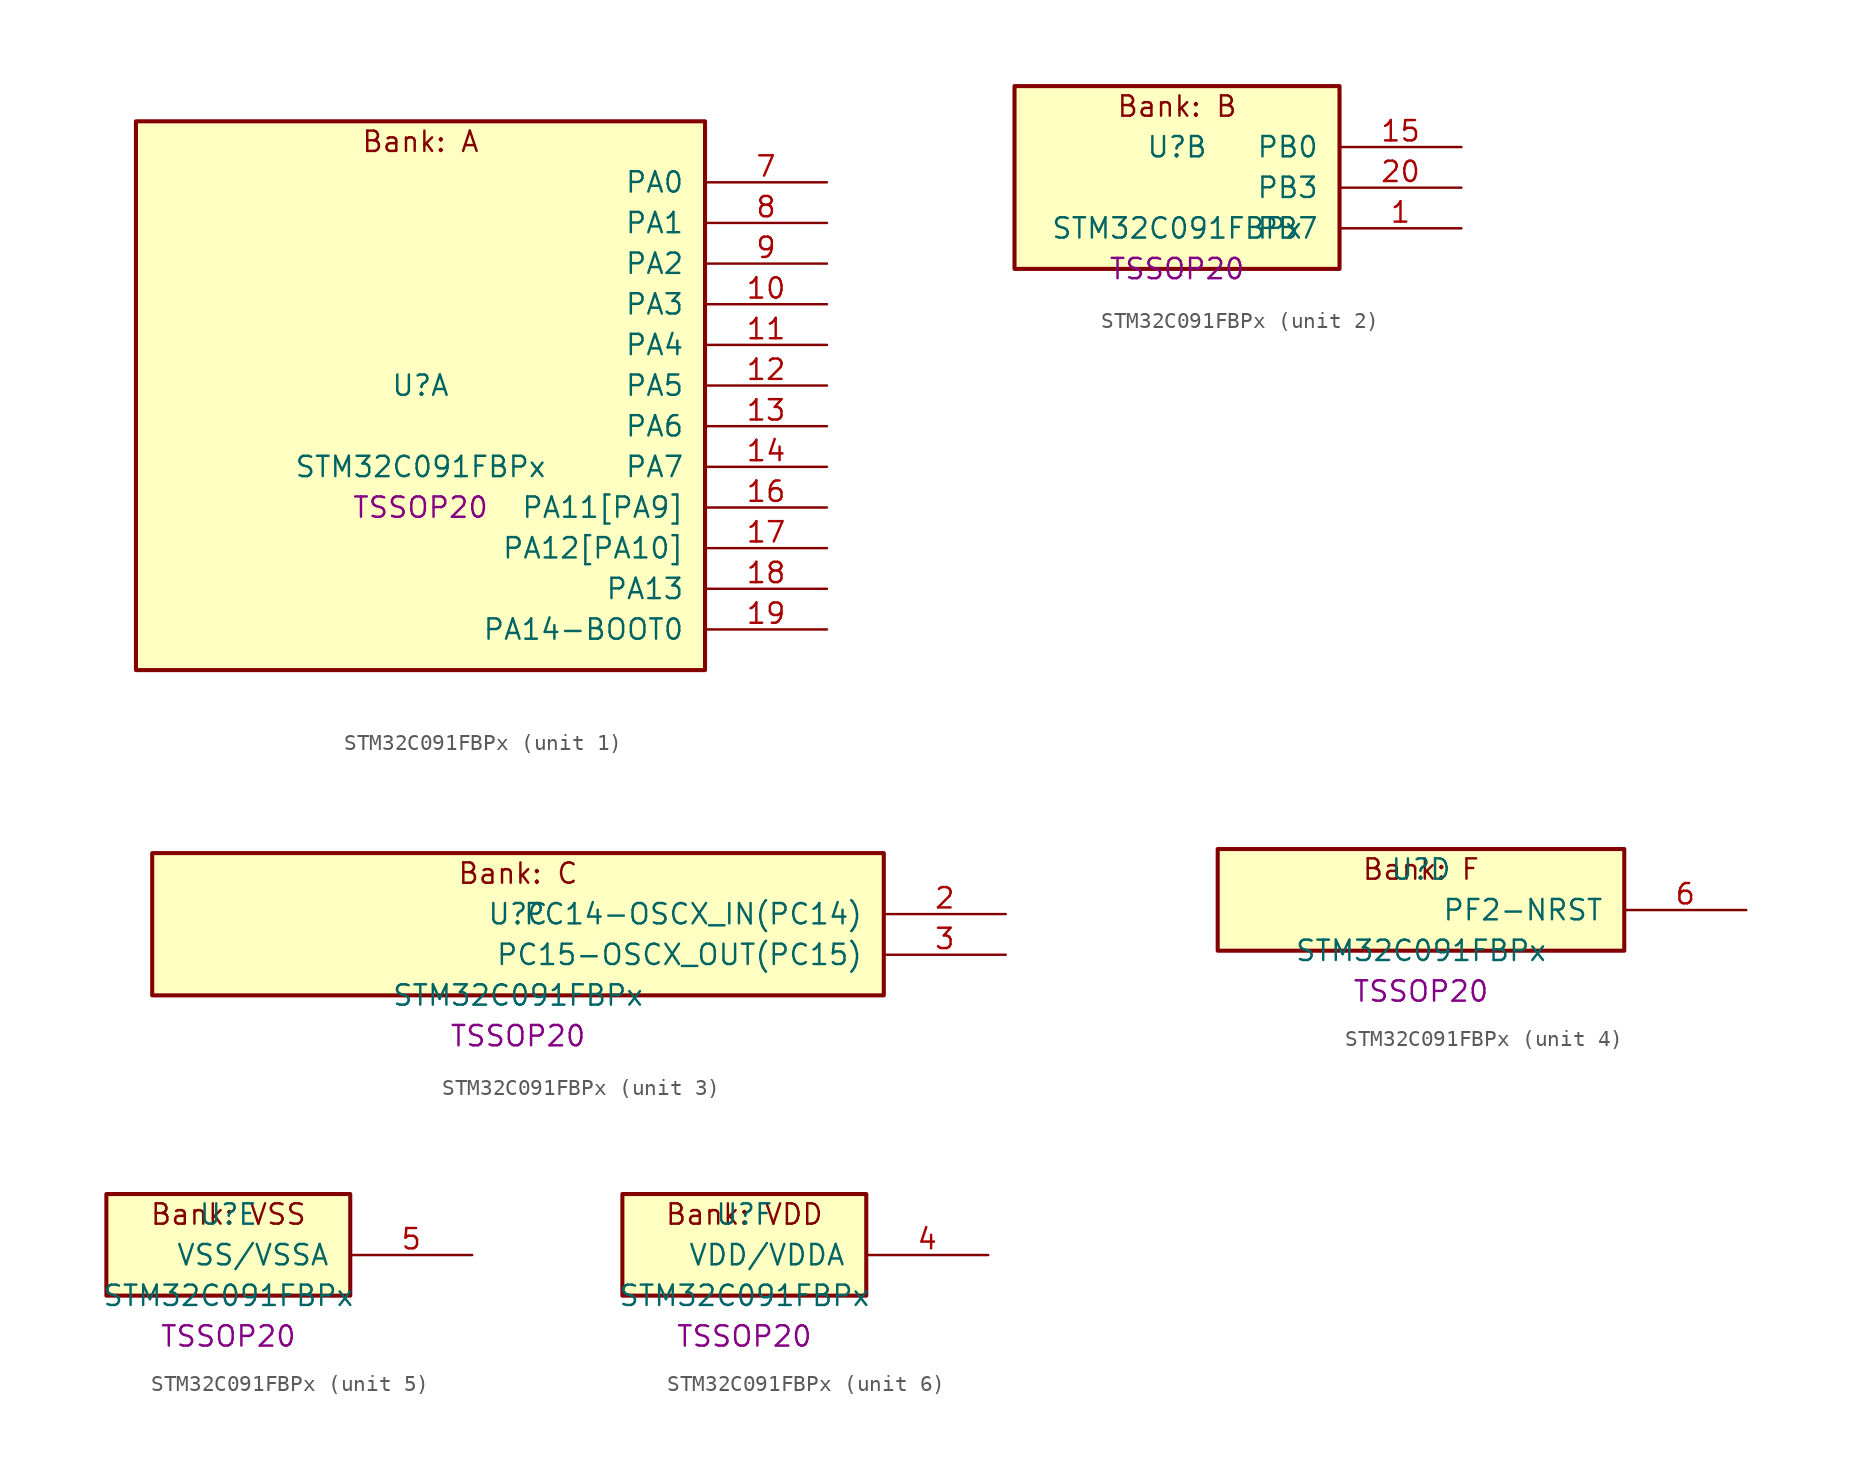
<source format=kicad_sym>
(kicad_symbol_lib
  (version 20241209)
  (generator "stm32_pkl_generator")
  (generator_version "1.0")
  (symbol "STM32C091FBPx"
    (pin_names
      (offset 1.27))
    (property "Reference" "U"
      (at 0 2.54 0))
    (property "Value" "STM32C091FBPx"
      (at 0 -2.54 0))
    (property "Footprint" "TSSOP20"
      (at 0 -5.08 0))
    (symbol "STM32C091FBPx_1_1"
      (rectangle (start -17.78 19.05) (end 17.78 -15.24) (stroke (width 0.254) (type solid)) (fill (type background)))
      (text "Bank: A" (at 0 17.78 0))
      (pin bidirectional line (at 25.4 15.24 180) (length 7.62) (name "PA0") (number "7") (alternate "PA0/ADC1_IN0" bidirectional line) (alternate "PA0/PWR_WKUP1" bidirectional line) (alternate "PA0/SPI2_SCK" bidirectional line) (alternate "PA0/TIM16_CH1" bidirectional line) (alternate "PA0/TIM1_CH1" bidirectional line) (alternate "PA0/TIM2_CH1" bidirectional line) (alternate "PA0/TIM2_ETR" bidirectional line) (alternate "PA0/USART1_TX" bidirectional line) (alternate "PA0/USART2_CTS" bidirectional line) (alternate "PA0/USART2_NSS" bidirectional line) (alternate "PA0/USART4_TX" bidirectional line))
      (pin bidirectional line (at 25.4 12.7 180) (length 7.62) (name "PA1") (number "8") (alternate "PA1/ADC1_IN1" bidirectional line) (alternate "PA1/I2C1_SMBA" bidirectional line) (alternate "PA1/I2S1_CK" bidirectional line) (alternate "PA1/SPI1_SCK" bidirectional line) (alternate "PA1/TIM15_CH1N" bidirectional line) (alternate "PA1/TIM17_CH1" bidirectional line) (alternate "PA1/TIM1_CH2" bidirectional line) (alternate "PA1/TIM2_CH2" bidirectional line) (alternate "PA1/USART1_RX" bidirectional line) (alternate "PA1/USART2_CK" bidirectional line) (alternate "PA1/USART2_DE" bidirectional line) (alternate "PA1/USART2_RTS" bidirectional line) (alternate "PA1/USART4_RX" bidirectional line))
      (pin bidirectional line (at 25.4 10.16 180) (length 7.62) (name "PA2") (number "9") (alternate "PA2/ADC1_IN2" bidirectional line) (alternate "PA2/I2S1_SD" bidirectional line) (alternate "PA2/PWR_WKUP4" bidirectional line) (alternate "PA2/RCC_LSCO" bidirectional line) (alternate "PA2/SPI1_MOSI" bidirectional line) (alternate "PA2/TIM15_CH1" bidirectional line) (alternate "PA2/TIM16_CH1N" bidirectional line) (alternate "PA2/TIM1_CH3" bidirectional line) (alternate "PA2/TIM2_CH3" bidirectional line) (alternate "PA2/TIM3_ETR" bidirectional line) (alternate "PA2/USART2_TX" bidirectional line))
      (pin bidirectional line (at 25.4 7.62 180) (length 7.62) (name "PA3") (number "10") (alternate "PA3/ADC1_IN3" bidirectional line) (alternate "PA3/SPI2_MISO" bidirectional line) (alternate "PA3/TIM15_CH2" bidirectional line) (alternate "PA3/TIM1_CH1N" bidirectional line) (alternate "PA3/TIM1_CH4" bidirectional line) (alternate "PA3/TIM2_CH4" bidirectional line) (alternate "PA3/USART2_RX" bidirectional line))
      (pin bidirectional line (at 25.4 5.08 180) (length 7.62) (name "PA4") (number "11") (alternate "PA4/ADC1_IN4" bidirectional line) (alternate "PA4/I2S1_WS" bidirectional line) (alternate "PA4/PWR_WKUP2" bidirectional line) (alternate "PA4/RTC_OUT1" bidirectional line) (alternate "PA4/RTC_TS" bidirectional line) (alternate "PA4/SPI1_NSS" bidirectional line) (alternate "PA4/SPI2_MOSI" bidirectional line) (alternate "PA4/TIM14_CH1" bidirectional line) (alternate "PA4/TIM17_CH1N" bidirectional line) (alternate "PA4/TIM1_CH2N" bidirectional line) (alternate "PA4/USART2_TX" bidirectional line))
      (pin bidirectional line (at 25.4 2.54 180) (length 7.62) (name "PA5") (number "12") (alternate "PA5/ADC1_IN5" bidirectional line) (alternate "PA5/I2S1_CK" bidirectional line) (alternate "PA5/SPI1_SCK" bidirectional line) (alternate "PA5/TIM1_CH1" bidirectional line) (alternate "PA5/TIM1_CH3N" bidirectional line) (alternate "PA5/TIM2_CH1" bidirectional line) (alternate "PA5/TIM2_ETR" bidirectional line) (alternate "PA5/USART2_RX" bidirectional line) (alternate "PA5/USART3_TX" bidirectional line))
      (pin bidirectional line (at 25.4 0 180) (length 7.62) (name "PA6") (number "13") (alternate "PA6/ADC1_IN6" bidirectional line) (alternate "PA6/I2C2_SDA" bidirectional line) (alternate "PA6/I2S1_MCK" bidirectional line) (alternate "PA6/SPI1_MISO" bidirectional line) (alternate "PA6/TIM16_CH1" bidirectional line) (alternate "PA6/TIM1_BKIN" bidirectional line) (alternate "PA6/TIM3_CH1" bidirectional line) (alternate "PA6/USART3_CTS" bidirectional line) (alternate "PA6/USART3_NSS" bidirectional line))
      (pin bidirectional line (at 25.4 -2.54 180) (length 7.62) (name "PA7") (number "14") (alternate "PA7/ADC1_IN7" bidirectional line) (alternate "PA7/I2C2_SCL" bidirectional line) (alternate "PA7/I2S1_SD" bidirectional line) (alternate "PA7/SPI1_MOSI" bidirectional line) (alternate "PA7/TIM14_CH1" bidirectional line) (alternate "PA7/TIM17_CH1" bidirectional line) (alternate "PA7/TIM1_CH1N" bidirectional line) (alternate "PA7/TIM3_CH2" bidirectional line))
      (pin bidirectional line (at 25.4 -5.08 180) (length 7.62) (name "PA11[PA9]") (number "16") (alternate "PA11[PA9]/ADC1_EXTI11" bidirectional line) (alternate "PA11[PA9]/I2C2_SCL" bidirectional line) (alternate "PA11[PA9]/I2S1_MCK" bidirectional line) (alternate "PA11[PA9]/SPI1_MISO" bidirectional line) (alternate "PA11[PA9]/TIM1_BKIN2" bidirectional line) (alternate "PA11[PA9]/TIM1_CH4" bidirectional line) (alternate "PA11[PA9]/USART1_CTS" bidirectional line) (alternate "PA11[PA9]/USART1_NSS" bidirectional line) (alternate "PA11[PA9]/PA9[PA11]" bidirectional line) (alternate "PA11[PA9]/I2C1_SCL" bidirectional line) (alternate "PA11[PA9]/RCC_MCO" bidirectional line) (alternate "PA11[PA9]/SPI2_MISO" bidirectional line) (alternate "PA11[PA9]/TIM15_BKIN" bidirectional line) (alternate "PA11[PA9]/TIM1_CH2" bidirectional line) (alternate "PA11[PA9]/TIM3_ETR" bidirectional line) (alternate "PA11[PA9]/USART1_TX" bidirectional line))
      (pin bidirectional line (at 25.4 -7.62 180) (length 7.62) (name "PA12[PA10]") (number "17") (alternate "PA12[PA10]/I2C2_SDA" bidirectional line) (alternate "PA12[PA10]/I2S1_SD" bidirectional line) (alternate "PA12[PA10]/I2S_CKIN" bidirectional line) (alternate "PA12[PA10]/SPI1_MOSI" bidirectional line) (alternate "PA12[PA10]/TIM1_ETR" bidirectional line) (alternate "PA12[PA10]/USART1_CK" bidirectional line) (alternate "PA12[PA10]/USART1_DE" bidirectional line) (alternate "PA12[PA10]/USART1_RTS" bidirectional line) (alternate "PA12[PA10]/PA10[PA12]" bidirectional line) (alternate "PA12[PA10]/I2C1_SDA" bidirectional line) (alternate "PA12[PA10]/RCC_MCO_2" bidirectional line) (alternate "PA12[PA10]/SPI2_MOSI" bidirectional line) (alternate "PA12[PA10]/TIM17_BKIN" bidirectional line) (alternate "PA12[PA10]/TIM1_CH3" bidirectional line) (alternate "PA12[PA10]/USART1_RX" bidirectional line))
      (pin bidirectional line (at 25.4 -10.16 180) (length 7.62) (name "PA13") (number "18") (alternate "PA13/ADC1_IN13" bidirectional line) (alternate "PA13/DEBUG_SWDIO" bidirectional line) (alternate "PA13/IR_OUT" bidirectional line) (alternate "PA13/TIM3_ETR" bidirectional line) (alternate "PA13/USART2_RX" bidirectional line))
      (pin bidirectional line (at 25.4 -12.7 180) (length 7.62) (name "PA14-BOOT0") (number "19") (alternate "PA14-BOOT0/ADC1_IN14" bidirectional line) (alternate "PA14-BOOT0/BOOT0" bidirectional line) (alternate "PA14-BOOT0/DEBUG_SWCLK" bidirectional line) (alternate "PA14-BOOT0/I2S1_WS" bidirectional line) (alternate "PA14-BOOT0/RCC_MCO_2" bidirectional line) (alternate "PA14-BOOT0/SPI1_NSS" bidirectional line) (alternate "PA14-BOOT0/TIM1_CH1" bidirectional line) (alternate "PA14-BOOT0/USART1_CK" bidirectional line) (alternate "PA14-BOOT0/USART1_DE" bidirectional line) (alternate "PA14-BOOT0/USART1_RTS" bidirectional line) (alternate "PA14-BOOT0/USART2_RX" bidirectional line) (alternate "PA14-BOOT0/USART2_TX" bidirectional line) (alternate "PA14-BOOT0/PA15" bidirectional line) (alternate "PA14-BOOT0/TIM2_CH1" bidirectional line) (alternate "PA14-BOOT0/TIM2_ETR" bidirectional line) (alternate "PA14-BOOT0/USART3_CK" bidirectional line) (alternate "PA14-BOOT0/USART3_DE" bidirectional line) (alternate "PA14-BOOT0/USART3_RTS" bidirectional line) (alternate "PA14-BOOT0/USART4_CK" bidirectional line) (alternate "PA14-BOOT0/USART4_DE" bidirectional line) (alternate "PA14-BOOT0/USART4_RTS" bidirectional line)))
    (symbol "STM32C091FBPx_2_1"
      (rectangle (start -10.16 6.35) (end 10.16 -5.08) (stroke (width 0.254) (type solid)) (fill (type background)))
      (text "Bank: B" (at 0 5.08 0))
      (pin bidirectional line (at 17.78 2.54 180) (length 7.62) (name "PB0") (number "15") (alternate "PB0/ADC1_IN17" bidirectional line) (alternate "PB0/I2S1_WS" bidirectional line) (alternate "PB0/SPI1_NSS" bidirectional line) (alternate "PB0/TIM1_CH2N" bidirectional line) (alternate "PB0/TIM3_CH3" bidirectional line) (alternate "PB0/USART3_RX" bidirectional line) (alternate "PB0/PB1" bidirectional line) (alternate "PB0/ADC1_IN18" bidirectional line) (alternate "PB0/TIM14_CH1" bidirectional line) (alternate "PB0/TIM1_CH3N" bidirectional line) (alternate "PB0/TIM3_CH4" bidirectional line) (alternate "PB0/USART3_CK" bidirectional line) (alternate "PB0/USART3_DE" bidirectional line) (alternate "PB0/USART3_RTS" bidirectional line) (alternate "PB0/PB2" bidirectional line) (alternate "PB0/ADC1_IN19" bidirectional line) (alternate "PB0/RCC_MCO_2" bidirectional line) (alternate "PB0/SPI2_MISO" bidirectional line) (alternate "PB0/USART1_RX" bidirectional line) (alternate "PB0/USART3_TX" bidirectional line) (alternate "PB0/PA8" bidirectional line) (alternate "PB0/ADC1_IN8" bidirectional line) (alternate "PB0/RCC_MCO" bidirectional line) (alternate "PB0/SPI2_NSS" bidirectional line) (alternate "PB0/TIM1_CH1" bidirectional line) (alternate "PB0/USART2_TX" bidirectional line))
      (pin bidirectional line (at 17.78 0 180) (length 7.62) (name "PB3") (number "20") (alternate "PB3/I2C2_SCL" bidirectional line) (alternate "PB3/I2S1_CK" bidirectional line) (alternate "PB3/SPI1_SCK" bidirectional line) (alternate "PB3/TIM1_CH2" bidirectional line) (alternate "PB3/TIM2_CH2" bidirectional line) (alternate "PB3/TIM3_CH2" bidirectional line) (alternate "PB3/USART1_CK" bidirectional line) (alternate "PB3/USART1_DE" bidirectional line) (alternate "PB3/USART1_RTS" bidirectional line) (alternate "PB3/PB4" bidirectional line) (alternate "PB3/I2C2_SDA" bidirectional line) (alternate "PB3/I2S1_MCK" bidirectional line) (alternate "PB3/SPI1_MISO" bidirectional line) (alternate "PB3/TIM17_BKIN" bidirectional line) (alternate "PB3/TIM3_CH1" bidirectional line) (alternate "PB3/USART1_CTS" bidirectional line) (alternate "PB3/USART1_NSS" bidirectional line) (alternate "PB3/PB5" bidirectional line) (alternate "PB3/I2C1_SMBA" bidirectional line) (alternate "PB3/I2S1_SD" bidirectional line) (alternate "PB3/PWR_WKUP6" bidirectional line) (alternate "PB3/SPI1_MOSI" bidirectional line) (alternate "PB3/TIM16_BKIN" bidirectional line) (alternate "PB3/TIM3_CH3" bidirectional line) (alternate "PB3/PB6" bidirectional line) (alternate "PB3/I2C1_SCL" bidirectional line) (alternate "PB3/PWR_WKUP3" bidirectional line) (alternate "PB3/SPI2_MISO" bidirectional line) (alternate "PB3/TIM16_CH1N" bidirectional line) (alternate "PB3/TIM1_CH3" bidirectional line) (alternate "PB3/USART1_TX" bidirectional line))
      (pin bidirectional line (at 17.78 -2.54 180) (length 7.62) (name "PB7") (number "1") (alternate "PB7/I2C1_SCL" bidirectional line) (alternate "PB7/I2C1_SDA" bidirectional line) (alternate "PB7/RTC_REFIN" bidirectional line) (alternate "PB7/SPI2_MOSI" bidirectional line) (alternate "PB7/TIM16_CH1" bidirectional line) (alternate "PB7/TIM17_CH1N" bidirectional line) (alternate "PB7/TIM1_CH4" bidirectional line) (alternate "PB7/TIM3_CH1" bidirectional line) (alternate "PB7/TIM3_CH4" bidirectional line) (alternate "PB7/USART1_RX" bidirectional line) (alternate "PB7/USART2_CTS" bidirectional line) (alternate "PB7/USART2_NSS" bidirectional line) (alternate "PB7/USART4_CTS" bidirectional line) (alternate "PB7/USART4_NSS" bidirectional line) (alternate "PB7/PB8" bidirectional line) (alternate "PB7/SPI2_SCK" bidirectional line) (alternate "PB7/TIM15_BKIN" bidirectional line) (alternate "PB7/USART3_TX" bidirectional line)))
    (symbol "STM32C091FBPx_3_1"
      (rectangle (start -22.86 6.35) (end 22.86 -2.54) (stroke (width 0.254) (type solid)) (fill (type background)))
      (text "Bank: C" (at 0 5.08 0))
      (pin bidirectional line (at 30.48 2.54 180) (length 7.62) (name "PC14-OSCX_IN(PC14)") (number "2") (alternate "PC14-OSCX_IN(PC14)/I2C1_SDA" bidirectional line) (alternate "PC14-OSCX_IN(PC14)/IR_OUT" bidirectional line) (alternate "PC14-OSCX_IN(PC14)/RCC_OSCX_IN" bidirectional line) (alternate "PC14-OSCX_IN(PC14)/SPI2_NSS" bidirectional line) (alternate "PC14-OSCX_IN(PC14)/TIM17_CH1" bidirectional line) (alternate "PC14-OSCX_IN(PC14)/TIM1_BKIN2" bidirectional line) (alternate "PC14-OSCX_IN(PC14)/TIM1_ETR" bidirectional line) (alternate "PC14-OSCX_IN(PC14)/TIM3_CH2" bidirectional line) (alternate "PC14-OSCX_IN(PC14)/USART1_TX" bidirectional line) (alternate "PC14-OSCX_IN(PC14)/USART2_CK" bidirectional line) (alternate "PC14-OSCX_IN(PC14)/USART2_DE" bidirectional line) (alternate "PC14-OSCX_IN(PC14)/USART2_RTS" bidirectional line) (alternate "PC14-OSCX_IN(PC14)/USART3_TX" bidirectional line))
      (pin bidirectional line (at 30.48 0 180) (length 7.62) (name "PC15-OSCX_OUT(PC15)") (number "3") (alternate "PC15-OSCX_OUT(PC15)/RCC_OSC32_EN" bidirectional line) (alternate "PC15-OSCX_OUT(PC15)/RCC_OSCX_OUT" bidirectional line) (alternate "PC15-OSCX_OUT(PC15)/RCC_OSC_EN" bidirectional line) (alternate "PC15-OSCX_OUT(PC15)/TIM15_BKIN" bidirectional line) (alternate "PC15-OSCX_OUT(PC15)/TIM1_ETR" bidirectional line) (alternate "PC15-OSCX_OUT(PC15)/TIM3_CH3" bidirectional line)))
    (symbol "STM32C091FBPx_4_1"
      (rectangle (start -12.7 3.81) (end 12.7 -2.54) (stroke (width 0.254) (type solid)) (fill (type background)))
      (text "Bank: F" (at 0 2.54 0))
      (pin bidirectional line (at 20.32 0 180) (length 7.62) (name "PF2-NRST") (number "6") (alternate "PF2-NRST/RCC_MCO" bidirectional line) (alternate "PF2-NRST/TIM1_CH4" bidirectional line)))
    (symbol "STM32C091FBPx_5_1"
      (rectangle (start -7.62 3.81) (end 7.62 -2.54) (stroke (width 0.254) (type solid)) (fill (type background)))
      (text "Bank: VSS" (at 0 2.54 0))
      (pin power_in line (at 15.24 0 180) (length 7.62) (name "VSS/VSSA") (number "5")))
    (symbol "STM32C091FBPx_6_1"
      (rectangle (start -7.62 3.81) (end 7.62 -2.54) (stroke (width 0.254) (type solid)) (fill (type background)))
      (text "Bank: VDD" (at 0 2.54 0))
      (pin power_in line (at 15.24 0 180) (length 7.62) (name "VDD/VDDA") (number "4")))))
</source>
